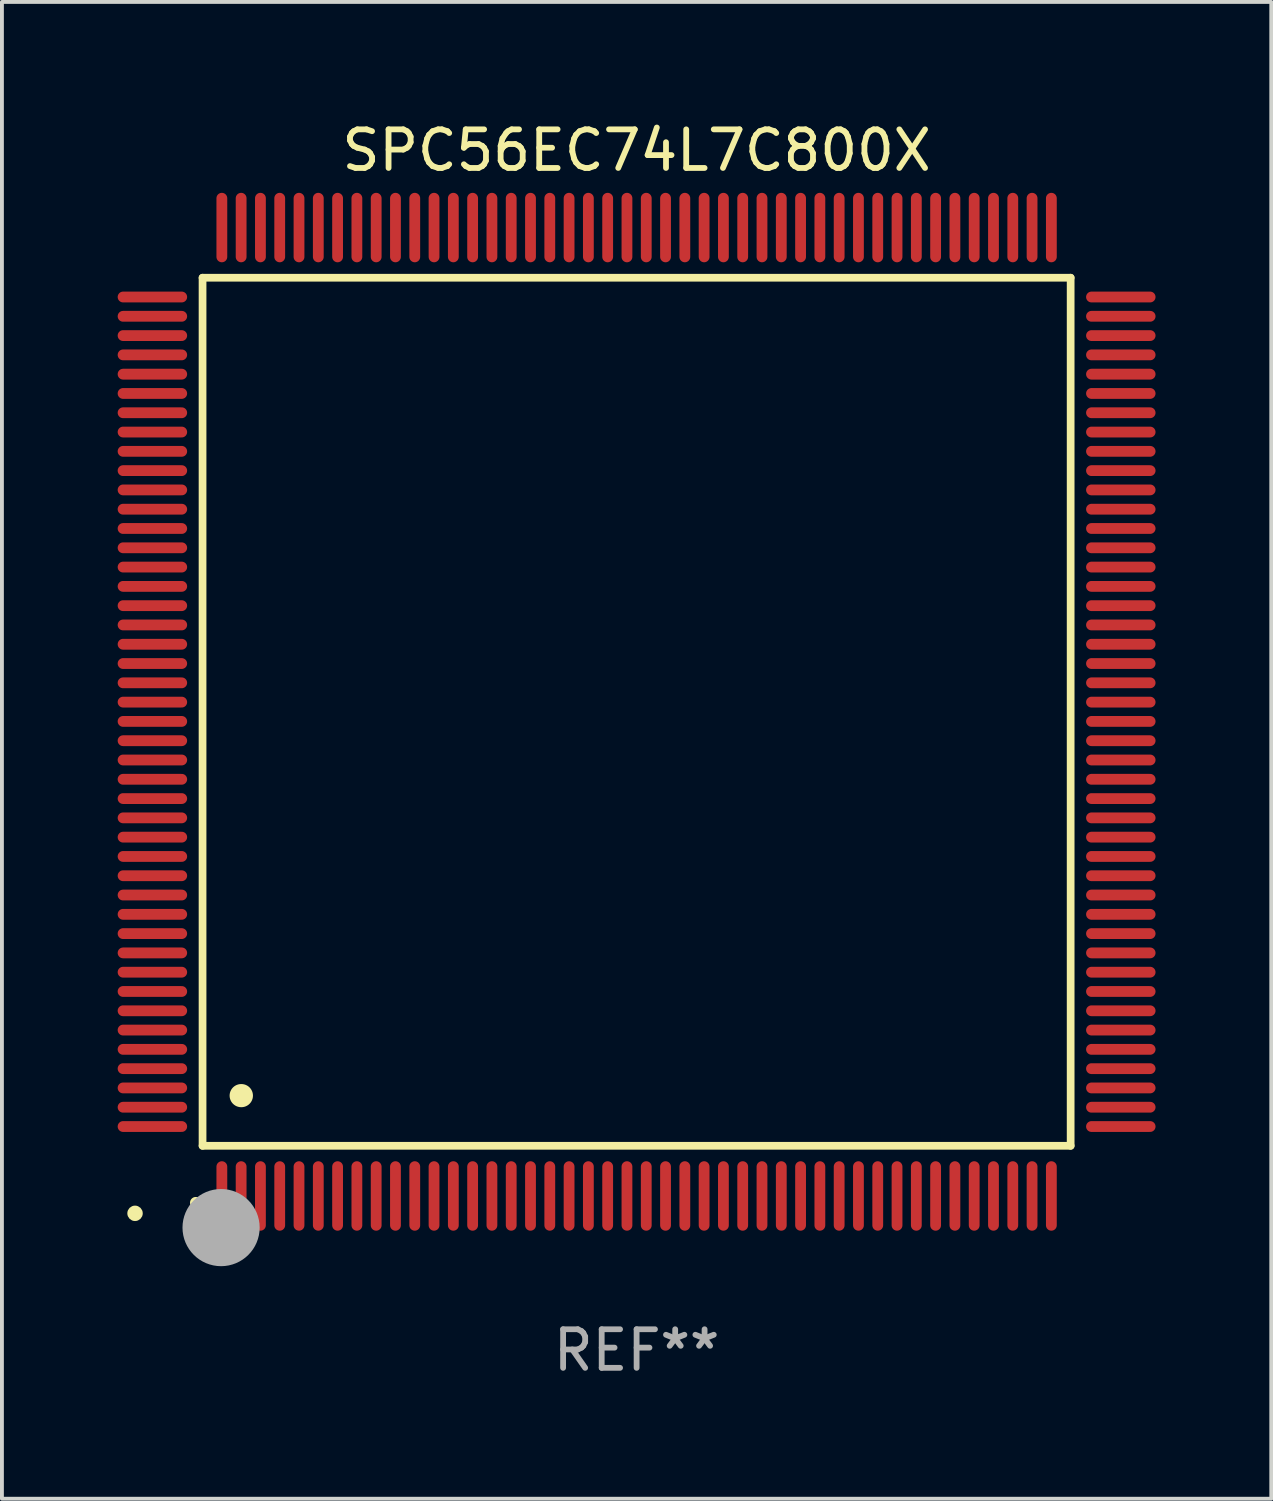
<source format=kicad_pcb>
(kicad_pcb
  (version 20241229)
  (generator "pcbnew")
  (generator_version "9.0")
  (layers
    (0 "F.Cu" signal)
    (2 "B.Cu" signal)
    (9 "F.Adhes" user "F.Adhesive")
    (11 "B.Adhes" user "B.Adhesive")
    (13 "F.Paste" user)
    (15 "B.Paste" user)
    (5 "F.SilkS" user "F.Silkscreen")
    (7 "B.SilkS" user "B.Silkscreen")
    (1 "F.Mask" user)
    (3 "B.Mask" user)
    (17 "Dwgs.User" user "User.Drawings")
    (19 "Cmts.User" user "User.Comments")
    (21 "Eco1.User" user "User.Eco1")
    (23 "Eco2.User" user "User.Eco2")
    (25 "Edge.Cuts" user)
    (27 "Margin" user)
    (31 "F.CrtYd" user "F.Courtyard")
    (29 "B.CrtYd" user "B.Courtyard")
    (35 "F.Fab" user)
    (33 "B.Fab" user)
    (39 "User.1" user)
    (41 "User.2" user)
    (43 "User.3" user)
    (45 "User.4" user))
  (footprint "SPC56EC74L7C800X"
    (layer "F.Cu")
    (at 13.45 15.398)
    (property "Reference" "SPC56EC74L7C800X" (at 0 -14.55 0) (layer "F.SilkS") (effects (font (size 1 1) (thickness 0.15))))
    (attr through_hole)
    (fp_line (start -11.25 -11.25) (end 11.25 -11.25) (stroke (width 0.2) (type solid)) (layer "F.SilkS"))
    (fp_line (start -11.25 11.25) (end -11.25 -11.25) (stroke (width 0.2) (type solid)) (layer "F.SilkS"))
    (fp_line (start 11.25 -11.25) (end 11.25 11.25) (stroke (width 0.2) (type solid)) (layer "F.SilkS"))
    (fp_line (start 11.25 11.25) (end -11.25 11.25) (stroke (width 0.2) (type solid)) (layer "F.SilkS"))
    (fp_arc (start -11.424943 12.725425) (mid -11.423673 12.72542) (end -11.422403 12.725425) (stroke (width 0.3) (type solid)) (layer "F.SilkS"))
    (fp_arc (start -10.24892 9.9492) (mid -10.24638 9.949189) (end -10.24384 9.9492) (stroke (width 0.6) (type solid)) (layer "F.SilkS"))
    (fp_circle (center -13 13) (end -12.9 13) (stroke (width 0.2) (type solid)) (fill no) (layer "F.SilkS"))
    (fp_circle (center -10.77 13.37) (end -10.27 13.37) (stroke (width 1) (type solid)) (fill no) (layer "F.Fab"))
    (fp_text user "REF**" (at 0 16.55 0) (layer "F.Fab") (effects (font (size 1 1) (thickness 0.15))))
    (pad "1" smd oval (at -10.75 12.55) (size 0.28 1.8) (layers "F.Cu" "F.Mask" "F.Paste"))
    (pad "2" smd oval (at -10.25 12.55) (size 0.28 1.8) (layers "F.Cu" "F.Mask" "F.Paste"))
    (pad "3" smd oval (at -9.75 12.55) (size 0.28 1.8) (layers "F.Cu" "F.Mask" "F.Paste"))
    (pad "4" smd oval (at -9.25 12.55) (size 0.28 1.8) (layers "F.Cu" "F.Mask" "F.Paste"))
    (pad "5" smd oval (at -8.75 12.55) (size 0.28 1.8) (layers "F.Cu" "F.Mask" "F.Paste"))
    (pad "6" smd oval (at -8.25 12.55) (size 0.28 1.8) (layers "F.Cu" "F.Mask" "F.Paste"))
    (pad "7" smd oval (at -7.75 12.55) (size 0.28 1.8) (layers "F.Cu" "F.Mask" "F.Paste"))
    (pad "8" smd oval (at -7.25 12.55) (size 0.28 1.8) (layers "F.Cu" "F.Mask" "F.Paste"))
    (pad "9" smd oval (at -6.75 12.55) (size 0.28 1.8) (layers "F.Cu" "F.Mask" "F.Paste"))
    (pad "10" smd oval (at -6.25 12.55) (size 0.28 1.8) (layers "F.Cu" "F.Mask" "F.Paste"))
    (pad "11" smd oval (at -5.75 12.55) (size 0.28 1.8) (layers "F.Cu" "F.Mask" "F.Paste"))
    (pad "12" smd oval (at -5.25 12.55) (size 0.28 1.8) (layers "F.Cu" "F.Mask" "F.Paste"))
    (pad "13" smd oval (at -4.75 12.55) (size 0.28 1.8) (layers "F.Cu" "F.Mask" "F.Paste"))
    (pad "14" smd oval (at -4.25 12.55) (size 0.28 1.8) (layers "F.Cu" "F.Mask" "F.Paste"))
    (pad "15" smd oval (at -3.75 12.55) (size 0.28 1.8) (layers "F.Cu" "F.Mask" "F.Paste"))
    (pad "16" smd oval (at -3.25 12.55) (size 0.28 1.8) (layers "F.Cu" "F.Mask" "F.Paste"))
    (pad "17" smd oval (at -2.75 12.55) (size 0.28 1.8) (layers "F.Cu" "F.Mask" "F.Paste"))
    (pad "18" smd oval (at -2.25 12.55) (size 0.28 1.8) (layers "F.Cu" "F.Mask" "F.Paste"))
    (pad "19" smd oval (at -1.75 12.55) (size 0.28 1.8) (layers "F.Cu" "F.Mask" "F.Paste"))
    (pad "20" smd oval (at -1.25 12.55) (size 0.28 1.8) (layers "F.Cu" "F.Mask" "F.Paste"))
    (pad "21" smd oval (at -0.75 12.55) (size 0.28 1.8) (layers "F.Cu" "F.Mask" "F.Paste"))
    (pad "22" smd oval (at -0.25 12.55) (size 0.28 1.8) (layers "F.Cu" "F.Mask" "F.Paste"))
    (pad "23" smd oval (at 0.25 12.55) (size 0.28 1.8) (layers "F.Cu" "F.Mask" "F.Paste"))
    (pad "24" smd oval (at 0.75 12.55) (size 0.28 1.8) (layers "F.Cu" "F.Mask" "F.Paste"))
    (pad "25" smd oval (at 1.25 12.55) (size 0.28 1.8) (layers "F.Cu" "F.Mask" "F.Paste"))
    (pad "26" smd oval (at 1.75 12.55) (size 0.28 1.8) (layers "F.Cu" "F.Mask" "F.Paste"))
    (pad "27" smd oval (at 2.25 12.55) (size 0.28 1.8) (layers "F.Cu" "F.Mask" "F.Paste"))
    (pad "28" smd oval (at 2.75 12.55) (size 0.28 1.8) (layers "F.Cu" "F.Mask" "F.Paste"))
    (pad "29" smd oval (at 3.25 12.55) (size 0.28 1.8) (layers "F.Cu" "F.Mask" "F.Paste"))
    (pad "30" smd oval (at 3.75 12.55) (size 0.28 1.8) (layers "F.Cu" "F.Mask" "F.Paste"))
    (pad "31" smd oval (at 4.25 12.55) (size 0.28 1.8) (layers "F.Cu" "F.Mask" "F.Paste"))
    (pad "32" smd oval (at 4.75 12.55) (size 0.28 1.8) (layers "F.Cu" "F.Mask" "F.Paste"))
    (pad "33" smd oval (at 5.25 12.55) (size 0.28 1.8) (layers "F.Cu" "F.Mask" "F.Paste"))
    (pad "34" smd oval (at 5.75 12.55) (size 0.28 1.8) (layers "F.Cu" "F.Mask" "F.Paste"))
    (pad "35" smd oval (at 6.25 12.55) (size 0.28 1.8) (layers "F.Cu" "F.Mask" "F.Paste"))
    (pad "36" smd oval (at 6.75 12.55) (size 0.28 1.8) (layers "F.Cu" "F.Mask" "F.Paste"))
    (pad "37" smd oval (at 7.25 12.55) (size 0.28 1.8) (layers "F.Cu" "F.Mask" "F.Paste"))
    (pad "38" smd oval (at 7.75 12.55) (size 0.28 1.8) (layers "F.Cu" "F.Mask" "F.Paste"))
    (pad "39" smd oval (at 8.25 12.55) (size 0.28 1.8) (layers "F.Cu" "F.Mask" "F.Paste"))
    (pad "40" smd oval (at 8.75 12.55) (size 0.28 1.8) (layers "F.Cu" "F.Mask" "F.Paste"))
    (pad "41" smd oval (at 9.25 12.55) (size 0.28 1.8) (layers "F.Cu" "F.Mask" "F.Paste"))
    (pad "42" smd oval (at 9.75 12.55) (size 0.28 1.8) (layers "F.Cu" "F.Mask" "F.Paste"))
    (pad "43" smd oval (at 10.25 12.55) (size 0.28 1.8) (layers "F.Cu" "F.Mask" "F.Paste"))
    (pad "44" smd oval (at 10.75 12.55) (size 0.28 1.8) (layers "F.Cu" "F.Mask" "F.Paste"))
    (pad "45" smd oval (at 12.55 10.75) (size 1.8 0.28) (layers "F.Cu" "F.Mask" "F.Paste"))
    (pad "46" smd oval (at 12.55 10.25) (size 1.8 0.28) (layers "F.Cu" "F.Mask" "F.Paste"))
    (pad "47" smd oval (at 12.55 9.75) (size 1.8 0.28) (layers "F.Cu" "F.Mask" "F.Paste"))
    (pad "48" smd oval (at 12.55 9.25) (size 1.8 0.28) (layers "F.Cu" "F.Mask" "F.Paste"))
    (pad "49" smd oval (at 12.55 8.75) (size 1.8 0.28) (layers "F.Cu" "F.Mask" "F.Paste"))
    (pad "50" smd oval (at 12.55 8.25) (size 1.8 0.28) (layers "F.Cu" "F.Mask" "F.Paste"))
    (pad "51" smd oval (at 12.55 7.75) (size 1.8 0.28) (layers "F.Cu" "F.Mask" "F.Paste"))
    (pad "52" smd oval (at 12.55 7.25) (size 1.8 0.28) (layers "F.Cu" "F.Mask" "F.Paste"))
    (pad "53" smd oval (at 12.55 6.75) (size 1.8 0.28) (layers "F.Cu" "F.Mask" "F.Paste"))
    (pad "54" smd oval (at 12.55 6.25) (size 1.8 0.28) (layers "F.Cu" "F.Mask" "F.Paste"))
    (pad "55" smd oval (at 12.55 5.75) (size 1.8 0.28) (layers "F.Cu" "F.Mask" "F.Paste"))
    (pad "56" smd oval (at 12.55 5.25) (size 1.8 0.28) (layers "F.Cu" "F.Mask" "F.Paste"))
    (pad "57" smd oval (at 12.55 4.75) (size 1.8 0.28) (layers "F.Cu" "F.Mask" "F.Paste"))
    (pad "58" smd oval (at 12.55 4.25) (size 1.8 0.28) (layers "F.Cu" "F.Mask" "F.Paste"))
    (pad "59" smd oval (at 12.55 3.75) (size 1.8 0.28) (layers "F.Cu" "F.Mask" "F.Paste"))
    (pad "60" smd oval (at 12.55 3.25) (size 1.8 0.28) (layers "F.Cu" "F.Mask" "F.Paste"))
    (pad "61" smd oval (at 12.55 2.75) (size 1.8 0.28) (layers "F.Cu" "F.Mask" "F.Paste"))
    (pad "62" smd oval (at 12.55 2.25) (size 1.8 0.28) (layers "F.Cu" "F.Mask" "F.Paste"))
    (pad "63" smd oval (at 12.55 1.75) (size 1.8 0.28) (layers "F.Cu" "F.Mask" "F.Paste"))
    (pad "64" smd oval (at 12.55 1.25) (size 1.8 0.28) (layers "F.Cu" "F.Mask" "F.Paste"))
    (pad "65" smd oval (at 12.55 0.75) (size 1.8 0.28) (layers "F.Cu" "F.Mask" "F.Paste"))
    (pad "66" smd oval (at 12.55 0.25) (size 1.8 0.28) (layers "F.Cu" "F.Mask" "F.Paste"))
    (pad "67" smd oval (at 12.55 -0.25) (size 1.8 0.28) (layers "F.Cu" "F.Mask" "F.Paste"))
    (pad "68" smd oval (at 12.55 -0.75) (size 1.8 0.28) (layers "F.Cu" "F.Mask" "F.Paste"))
    (pad "69" smd oval (at 12.55 -1.25) (size 1.8 0.28) (layers "F.Cu" "F.Mask" "F.Paste"))
    (pad "70" smd oval (at 12.55 -1.75) (size 1.8 0.28) (layers "F.Cu" "F.Mask" "F.Paste"))
    (pad "71" smd oval (at 12.55 -2.25) (size 1.8 0.28) (layers "F.Cu" "F.Mask" "F.Paste"))
    (pad "72" smd oval (at 12.55 -2.75) (size 1.8 0.28) (layers "F.Cu" "F.Mask" "F.Paste"))
    (pad "73" smd oval (at 12.55 -3.25) (size 1.8 0.28) (layers "F.Cu" "F.Mask" "F.Paste"))
    (pad "74" smd oval (at 12.55 -3.75) (size 1.8 0.28) (layers "F.Cu" "F.Mask" "F.Paste"))
    (pad "75" smd oval (at 12.55 -4.25) (size 1.8 0.28) (layers "F.Cu" "F.Mask" "F.Paste"))
    (pad "76" smd oval (at 12.55 -4.75) (size 1.8 0.28) (layers "F.Cu" "F.Mask" "F.Paste"))
    (pad "77" smd oval (at 12.55 -5.25) (size 1.8 0.28) (layers "F.Cu" "F.Mask" "F.Paste"))
    (pad "78" smd oval (at 12.55 -5.75) (size 1.8 0.28) (layers "F.Cu" "F.Mask" "F.Paste"))
    (pad "79" smd oval (at 12.55 -6.25) (size 1.8 0.28) (layers "F.Cu" "F.Mask" "F.Paste"))
    (pad "80" smd oval (at 12.55 -6.75) (size 1.8 0.28) (layers "F.Cu" "F.Mask" "F.Paste"))
    (pad "81" smd oval (at 12.55 -7.25) (size 1.8 0.28) (layers "F.Cu" "F.Mask" "F.Paste"))
    (pad "82" smd oval (at 12.55 -7.75) (size 1.8 0.28) (layers "F.Cu" "F.Mask" "F.Paste"))
    (pad "83" smd oval (at 12.55 -8.25) (size 1.8 0.28) (layers "F.Cu" "F.Mask" "F.Paste"))
    (pad "84" smd oval (at 12.55 -8.75) (size 1.8 0.28) (layers "F.Cu" "F.Mask" "F.Paste"))
    (pad "85" smd oval (at 12.55 -9.25) (size 1.8 0.28) (layers "F.Cu" "F.Mask" "F.Paste"))
    (pad "86" smd oval (at 12.55 -9.75) (size 1.8 0.28) (layers "F.Cu" "F.Mask" "F.Paste"))
    (pad "87" smd oval (at 12.55 -10.25) (size 1.8 0.28) (layers "F.Cu" "F.Mask" "F.Paste"))
    (pad "88" smd oval (at 12.55 -10.75) (size 1.8 0.28) (layers "F.Cu" "F.Mask" "F.Paste"))
    (pad "89" smd oval (at 10.75 -12.55) (size 0.28 1.8) (layers "F.Cu" "F.Mask" "F.Paste"))
    (pad "90" smd oval (at 10.25 -12.55) (size 0.28 1.8) (layers "F.Cu" "F.Mask" "F.Paste"))
    (pad "91" smd oval (at 9.75 -12.55) (size 0.28 1.8) (layers "F.Cu" "F.Mask" "F.Paste"))
    (pad "92" smd oval (at 9.25 -12.55) (size 0.28 1.8) (layers "F.Cu" "F.Mask" "F.Paste"))
    (pad "93" smd oval (at 8.75 -12.55) (size 0.28 1.8) (layers "F.Cu" "F.Mask" "F.Paste"))
    (pad "94" smd oval (at 8.25 -12.55) (size 0.28 1.8) (layers "F.Cu" "F.Mask" "F.Paste"))
    (pad "95" smd oval (at 7.75 -12.55) (size 0.28 1.8) (layers "F.Cu" "F.Mask" "F.Paste"))
    (pad "96" smd oval (at 7.25 -12.55) (size 0.28 1.8) (layers "F.Cu" "F.Mask" "F.Paste"))
    (pad "97" smd oval (at 6.75 -12.55) (size 0.28 1.8) (layers "F.Cu" "F.Mask" "F.Paste"))
    (pad "98" smd oval (at 6.25 -12.55) (size 0.28 1.8) (layers "F.Cu" "F.Mask" "F.Paste"))
    (pad "99" smd oval (at 5.75 -12.55) (size 0.28 1.8) (layers "F.Cu" "F.Mask" "F.Paste"))
    (pad "100" smd oval (at 5.25 -12.55) (size 0.28 1.8) (layers "F.Cu" "F.Mask" "F.Paste"))
    (pad "101" smd oval (at 4.75 -12.55) (size 0.28 1.8) (layers "F.Cu" "F.Mask" "F.Paste"))
    (pad "102" smd oval (at 4.25 -12.55) (size 0.28 1.8) (layers "F.Cu" "F.Mask" "F.Paste"))
    (pad "103" smd oval (at 3.75 -12.55) (size 0.28 1.8) (layers "F.Cu" "F.Mask" "F.Paste"))
    (pad "104" smd oval (at 3.25 -12.55) (size 0.28 1.8) (layers "F.Cu" "F.Mask" "F.Paste"))
    (pad "105" smd oval (at 2.75 -12.55) (size 0.28 1.8) (layers "F.Cu" "F.Mask" "F.Paste"))
    (pad "106" smd oval (at 2.25 -12.55) (size 0.28 1.8) (layers "F.Cu" "F.Mask" "F.Paste"))
    (pad "107" smd oval (at 1.75 -12.55) (size 0.28 1.8) (layers "F.Cu" "F.Mask" "F.Paste"))
    (pad "108" smd oval (at 1.25 -12.55) (size 0.28 1.8) (layers "F.Cu" "F.Mask" "F.Paste"))
    (pad "109" smd oval (at 0.75 -12.55) (size 0.28 1.8) (layers "F.Cu" "F.Mask" "F.Paste"))
    (pad "110" smd oval (at 0.25 -12.55) (size 0.28 1.8) (layers "F.Cu" "F.Mask" "F.Paste"))
    (pad "111" smd oval (at -0.25 -12.55) (size 0.28 1.8) (layers "F.Cu" "F.Mask" "F.Paste"))
    (pad "112" smd oval (at -0.75 -12.55) (size 0.28 1.8) (layers "F.Cu" "F.Mask" "F.Paste"))
    (pad "113" smd oval (at -1.25 -12.55) (size 0.28 1.8) (layers "F.Cu" "F.Mask" "F.Paste"))
    (pad "114" smd oval (at -1.75 -12.55) (size 0.28 1.8) (layers "F.Cu" "F.Mask" "F.Paste"))
    (pad "115" smd oval (at -2.25 -12.55) (size 0.28 1.8) (layers "F.Cu" "F.Mask" "F.Paste"))
    (pad "116" smd oval (at -2.75 -12.55) (size 0.28 1.8) (layers "F.Cu" "F.Mask" "F.Paste"))
    (pad "117" smd oval (at -3.25 -12.55) (size 0.28 1.8) (layers "F.Cu" "F.Mask" "F.Paste"))
    (pad "118" smd oval (at -3.75 -12.55) (size 0.28 1.8) (layers "F.Cu" "F.Mask" "F.Paste"))
    (pad "119" smd oval (at -4.25 -12.55) (size 0.28 1.8) (layers "F.Cu" "F.Mask" "F.Paste"))
    (pad "120" smd oval (at -4.75 -12.55) (size 0.28 1.8) (layers "F.Cu" "F.Mask" "F.Paste"))
    (pad "121" smd oval (at -5.25 -12.55) (size 0.28 1.8) (layers "F.Cu" "F.Mask" "F.Paste"))
    (pad "122" smd oval (at -5.75 -12.55) (size 0.28 1.8) (layers "F.Cu" "F.Mask" "F.Paste"))
    (pad "123" smd oval (at -6.25 -12.55) (size 0.28 1.8) (layers "F.Cu" "F.Mask" "F.Paste"))
    (pad "124" smd oval (at -6.75 -12.55) (size 0.28 1.8) (layers "F.Cu" "F.Mask" "F.Paste"))
    (pad "125" smd oval (at -7.25 -12.55) (size 0.28 1.8) (layers "F.Cu" "F.Mask" "F.Paste"))
    (pad "126" smd oval (at -7.75 -12.55) (size 0.28 1.8) (layers "F.Cu" "F.Mask" "F.Paste"))
    (pad "127" smd oval (at -8.25 -12.55) (size 0.28 1.8) (layers "F.Cu" "F.Mask" "F.Paste"))
    (pad "128" smd oval (at -8.75 -12.55) (size 0.28 1.8) (layers "F.Cu" "F.Mask" "F.Paste"))
    (pad "129" smd oval (at -9.25 -12.55) (size 0.28 1.8) (layers "F.Cu" "F.Mask" "F.Paste"))
    (pad "130" smd oval (at -9.75 -12.55) (size 0.28 1.8) (layers "F.Cu" "F.Mask" "F.Paste"))
    (pad "131" smd oval (at -10.25 -12.55) (size 0.28 1.8) (layers "F.Cu" "F.Mask" "F.Paste"))
    (pad "132" smd oval (at -10.75 -12.55) (size 0.28 1.8) (layers "F.Cu" "F.Mask" "F.Paste"))
    (pad "133" smd oval (at -12.55 -10.75) (size 1.8 0.28) (layers "F.Cu" "F.Mask" "F.Paste"))
    (pad "134" smd oval (at -12.55 -10.25) (size 1.8 0.28) (layers "F.Cu" "F.Mask" "F.Paste"))
    (pad "135" smd oval (at -12.55 -9.75) (size 1.8 0.28) (layers "F.Cu" "F.Mask" "F.Paste"))
    (pad "136" smd oval (at -12.55 -9.25) (size 1.8 0.28) (layers "F.Cu" "F.Mask" "F.Paste"))
    (pad "137" smd oval (at -12.55 -8.75) (size 1.8 0.28) (layers "F.Cu" "F.Mask" "F.Paste"))
    (pad "138" smd oval (at -12.55 -8.25) (size 1.8 0.28) (layers "F.Cu" "F.Mask" "F.Paste"))
    (pad "139" smd oval (at -12.55 -7.75) (size 1.8 0.28) (layers "F.Cu" "F.Mask" "F.Paste"))
    (pad "140" smd oval (at -12.55 -7.25) (size 1.8 0.28) (layers "F.Cu" "F.Mask" "F.Paste"))
    (pad "141" smd oval (at -12.55 -6.75) (size 1.8 0.28) (layers "F.Cu" "F.Mask" "F.Paste"))
    (pad "142" smd oval (at -12.55 -6.25) (size 1.8 0.28) (layers "F.Cu" "F.Mask" "F.Paste"))
    (pad "143" smd oval (at -12.55 -5.75) (size 1.8 0.28) (layers "F.Cu" "F.Mask" "F.Paste"))
    (pad "144" smd oval (at -12.55 -5.25) (size 1.8 0.28) (layers "F.Cu" "F.Mask" "F.Paste"))
    (pad "145" smd oval (at -12.55 -4.75) (size 1.8 0.28) (layers "F.Cu" "F.Mask" "F.Paste"))
    (pad "146" smd oval (at -12.55 -4.25) (size 1.8 0.28) (layers "F.Cu" "F.Mask" "F.Paste"))
    (pad "147" smd oval (at -12.55 -3.75) (size 1.8 0.28) (layers "F.Cu" "F.Mask" "F.Paste"))
    (pad "148" smd oval (at -12.55 -3.25) (size 1.8 0.28) (layers "F.Cu" "F.Mask" "F.Paste"))
    (pad "149" smd oval (at -12.55 -2.75) (size 1.8 0.28) (layers "F.Cu" "F.Mask" "F.Paste"))
    (pad "150" smd oval (at -12.55 -2.25) (size 1.8 0.28) (layers "F.Cu" "F.Mask" "F.Paste"))
    (pad "151" smd oval (at -12.55 -1.75) (size 1.8 0.28) (layers "F.Cu" "F.Mask" "F.Paste"))
    (pad "152" smd oval (at -12.55 -1.25) (size 1.8 0.28) (layers "F.Cu" "F.Mask" "F.Paste"))
    (pad "153" smd oval (at -12.55 -0.75) (size 1.8 0.28) (layers "F.Cu" "F.Mask" "F.Paste"))
    (pad "154" smd oval (at -12.55 -0.25) (size 1.8 0.28) (layers "F.Cu" "F.Mask" "F.Paste"))
    (pad "155" smd oval (at -12.55 0.25) (size 1.8 0.28) (layers "F.Cu" "F.Mask" "F.Paste"))
    (pad "156" smd oval (at -12.55 0.75) (size 1.8 0.28) (layers "F.Cu" "F.Mask" "F.Paste"))
    (pad "157" smd oval (at -12.55 1.25) (size 1.8 0.28) (layers "F.Cu" "F.Mask" "F.Paste"))
    (pad "158" smd oval (at -12.55 1.75) (size 1.8 0.28) (layers "F.Cu" "F.Mask" "F.Paste"))
    (pad "159" smd oval (at -12.55 2.25) (size 1.8 0.28) (layers "F.Cu" "F.Mask" "F.Paste"))
    (pad "160" smd oval (at -12.55 2.75) (size 1.8 0.28) (layers "F.Cu" "F.Mask" "F.Paste"))
    (pad "161" smd oval (at -12.55 3.25) (size 1.8 0.28) (layers "F.Cu" "F.Mask" "F.Paste"))
    (pad "162" smd oval (at -12.55 3.75) (size 1.8 0.28) (layers "F.Cu" "F.Mask" "F.Paste"))
    (pad "163" smd oval (at -12.55 4.25) (size 1.8 0.28) (layers "F.Cu" "F.Mask" "F.Paste"))
    (pad "164" smd oval (at -12.55 4.75) (size 1.8 0.28) (layers "F.Cu" "F.Mask" "F.Paste"))
    (pad "165" smd oval (at -12.55 5.25) (size 1.8 0.28) (layers "F.Cu" "F.Mask" "F.Paste"))
    (pad "166" smd oval (at -12.55 5.75) (size 1.8 0.28) (layers "F.Cu" "F.Mask" "F.Paste"))
    (pad "167" smd oval (at -12.55 6.25) (size 1.8 0.28) (layers "F.Cu" "F.Mask" "F.Paste"))
    (pad "168" smd oval (at -12.55 6.75) (size 1.8 0.28) (layers "F.Cu" "F.Mask" "F.Paste"))
    (pad "169" smd oval (at -12.55 7.25) (size 1.8 0.28) (layers "F.Cu" "F.Mask" "F.Paste"))
    (pad "170" smd oval (at -12.55 7.75) (size 1.8 0.28) (layers "F.Cu" "F.Mask" "F.Paste"))
    (pad "171" smd oval (at -12.55 8.25) (size 1.8 0.28) (layers "F.Cu" "F.Mask" "F.Paste"))
    (pad "172" smd oval (at -12.55 8.75) (size 1.8 0.28) (layers "F.Cu" "F.Mask" "F.Paste"))
    (pad "173" smd oval (at -12.55 9.25) (size 1.8 0.28) (layers "F.Cu" "F.Mask" "F.Paste"))
    (pad "174" smd oval (at -12.55 9.75) (size 1.8 0.28) (layers "F.Cu" "F.Mask" "F.Paste"))
    (pad "175" smd oval (at -12.55 10.25) (size 1.8 0.28) (layers "F.Cu" "F.Mask" "F.Paste"))
    (pad "176" smd oval (at -12.55 10.75) (size 1.8 0.28) (layers "F.Cu" "F.Mask" "F.Paste")))
  (gr_rect
    (start -3 -3)
    (end 29.9 35.796)
    (stroke (width 0.1) (type default))
    (fill no)
    (layer "Edge.Cuts")))
</source>
